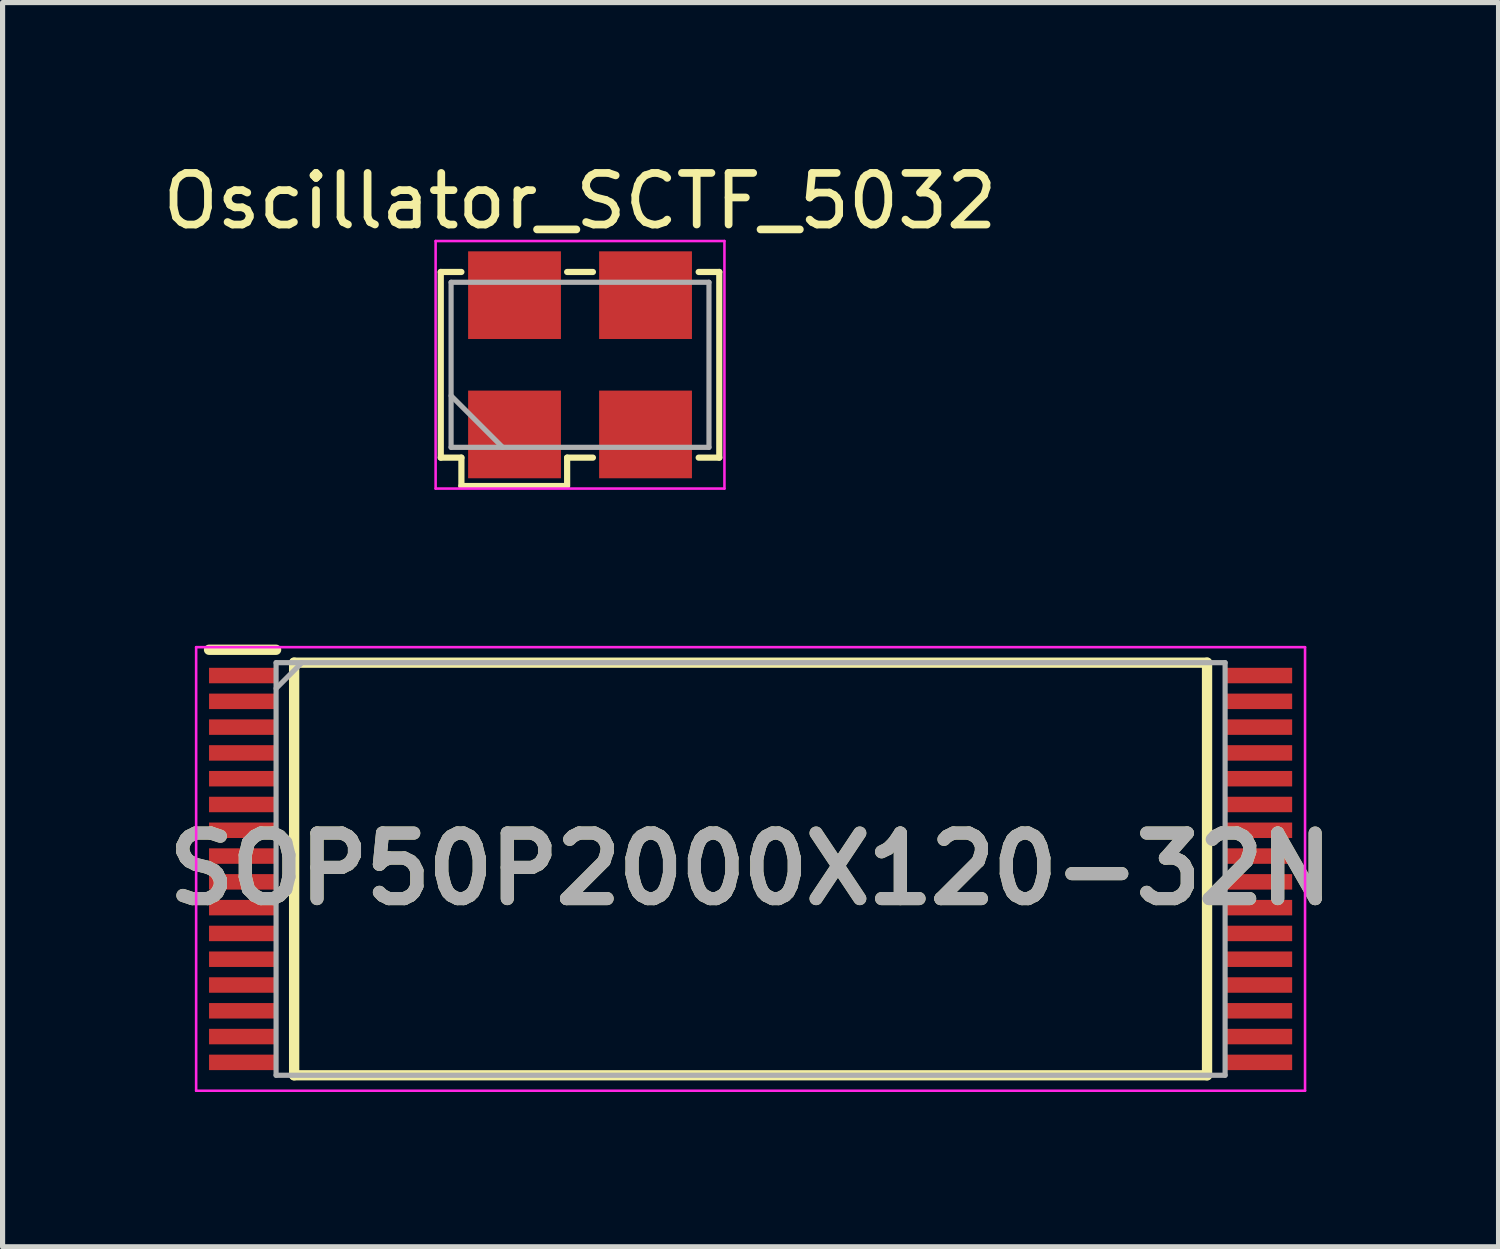
<source format=kicad_pcb>
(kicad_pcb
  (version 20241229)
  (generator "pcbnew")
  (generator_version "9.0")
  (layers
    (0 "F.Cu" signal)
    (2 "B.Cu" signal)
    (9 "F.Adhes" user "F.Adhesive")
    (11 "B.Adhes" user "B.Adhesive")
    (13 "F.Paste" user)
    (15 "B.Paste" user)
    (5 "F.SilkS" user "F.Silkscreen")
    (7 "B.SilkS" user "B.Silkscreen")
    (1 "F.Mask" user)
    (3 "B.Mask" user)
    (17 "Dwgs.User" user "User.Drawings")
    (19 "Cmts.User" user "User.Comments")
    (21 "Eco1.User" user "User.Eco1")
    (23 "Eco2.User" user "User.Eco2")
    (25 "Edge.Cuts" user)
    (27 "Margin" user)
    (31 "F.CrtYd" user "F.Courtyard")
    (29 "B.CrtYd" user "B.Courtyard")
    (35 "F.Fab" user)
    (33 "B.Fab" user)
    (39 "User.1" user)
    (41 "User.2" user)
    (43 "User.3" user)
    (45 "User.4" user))
  (footprint "SOP50P2000X120-32N"
    (layer "F.Cu")
    (at 11.503 13.798)
    (property "Reference" "SOP50P2000X120-32N" (at 0 0 0) (layer "F.SilkS") (effects (font (size 1.27 1.27) (thickness 0.254))))
    (attr smd)
    (fp_line (start -10.5 -4.25) (end -9.2 -4.25) (stroke (width 0.2) (type solid)) (layer "F.SilkS"))
    (fp_line (start -8.85 -4) (end 8.85 -4) (stroke (width 0.2) (type solid)) (layer "F.SilkS"))
    (fp_line (start -8.85 4) (end -8.85 -4) (stroke (width 0.2) (type solid)) (layer "F.SilkS"))
    (fp_line (start 8.85 -4) (end 8.85 4) (stroke (width 0.2) (type solid)) (layer "F.SilkS"))
    (fp_line (start 8.85 4) (end -8.85 4) (stroke (width 0.2) (type solid)) (layer "F.SilkS"))
    (fp_line (start -10.75 -4.3) (end 10.75 -4.3) (stroke (width 0.05) (type solid)) (layer "F.CrtYd"))
    (fp_line (start -10.75 4.3) (end -10.75 -4.3) (stroke (width 0.05) (type solid)) (layer "F.CrtYd"))
    (fp_line (start 10.75 -4.3) (end 10.75 4.3) (stroke (width 0.05) (type solid)) (layer "F.CrtYd"))
    (fp_line (start 10.75 4.3) (end -10.75 4.3) (stroke (width 0.05) (type solid)) (layer "F.CrtYd"))
    (fp_line (start -9.2 -4) (end 9.2 -4) (stroke (width 0.1) (type solid)) (layer "F.Fab"))
    (fp_line (start -9.2 -3.5) (end -8.7 -4) (stroke (width 0.1) (type solid)) (layer "F.Fab"))
    (fp_line (start -9.2 4) (end -9.2 -4) (stroke (width 0.1) (type solid)) (layer "F.Fab"))
    (fp_line (start 9.2 -4) (end 9.2 4) (stroke (width 0.1) (type solid)) (layer "F.Fab"))
    (fp_line (start 9.2 4) (end -9.2 4) (stroke (width 0.1) (type solid)) (layer "F.Fab"))
    (fp_text user "${REFERENCE}" (at 0 0 0) (layer "F.Fab") (effects (font (size 1.27 1.27) (thickness 0.254))))
    (pad "1" smd rect (at -9.85 -3.75 90) (size 0.3 1.3) (layers "F.Cu" "F.Mask" "F.Paste"))
    (pad "2" smd rect (at -9.85 -3.25 90) (size 0.3 1.3) (layers "F.Cu" "F.Mask" "F.Paste"))
    (pad "3" smd rect (at -9.85 -2.75 90) (size 0.3 1.3) (layers "F.Cu" "F.Mask" "F.Paste"))
    (pad "4" smd rect (at -9.85 -2.25 90) (size 0.3 1.3) (layers "F.Cu" "F.Mask" "F.Paste"))
    (pad "5" smd rect (at -9.85 -1.75 90) (size 0.3 1.3) (layers "F.Cu" "F.Mask" "F.Paste"))
    (pad "6" smd rect (at -9.85 -1.25 90) (size 0.3 1.3) (layers "F.Cu" "F.Mask" "F.Paste"))
    (pad "7" smd rect (at -9.85 -0.75 90) (size 0.3 1.3) (layers "F.Cu" "F.Mask" "F.Paste"))
    (pad "8" smd rect (at -9.85 -0.25 90) (size 0.3 1.3) (layers "F.Cu" "F.Mask" "F.Paste"))
    (pad "9" smd rect (at -9.85 0.25 90) (size 0.3 1.3) (layers "F.Cu" "F.Mask" "F.Paste"))
    (pad "10" smd rect (at -9.85 0.75 90) (size 0.3 1.3) (layers "F.Cu" "F.Mask" "F.Paste"))
    (pad "11" smd rect (at -9.85 1.25 90) (size 0.3 1.3) (layers "F.Cu" "F.Mask" "F.Paste"))
    (pad "12" smd rect (at -9.85 1.75 90) (size 0.3 1.3) (layers "F.Cu" "F.Mask" "F.Paste"))
    (pad "13" smd rect (at -9.85 2.25 90) (size 0.3 1.3) (layers "F.Cu" "F.Mask" "F.Paste"))
    (pad "14" smd rect (at -9.85 2.75 90) (size 0.3 1.3) (layers "F.Cu" "F.Mask" "F.Paste"))
    (pad "15" smd rect (at -9.85 3.25 90) (size 0.3 1.3) (layers "F.Cu" "F.Mask" "F.Paste"))
    (pad "16" smd rect (at -9.85 3.75 90) (size 0.3 1.3) (layers "F.Cu" "F.Mask" "F.Paste"))
    (pad "17" smd rect (at 9.85 3.75 90) (size 0.3 1.3) (layers "F.Cu" "F.Mask" "F.Paste"))
    (pad "18" smd rect (at 9.85 3.25 90) (size 0.3 1.3) (layers "F.Cu" "F.Mask" "F.Paste"))
    (pad "19" smd rect (at 9.85 2.75 90) (size 0.3 1.3) (layers "F.Cu" "F.Mask" "F.Paste"))
    (pad "20" smd rect (at 9.85 2.25 90) (size 0.3 1.3) (layers "F.Cu" "F.Mask" "F.Paste"))
    (pad "21" smd rect (at 9.85 1.75 90) (size 0.3 1.3) (layers "F.Cu" "F.Mask" "F.Paste"))
    (pad "22" smd rect (at 9.85 1.25 90) (size 0.3 1.3) (layers "F.Cu" "F.Mask" "F.Paste"))
    (pad "23" smd rect (at 9.85 0.75 90) (size 0.3 1.3) (layers "F.Cu" "F.Mask" "F.Paste"))
    (pad "24" smd rect (at 9.85 0.25 90) (size 0.3 1.3) (layers "F.Cu" "F.Mask" "F.Paste"))
    (pad "25" smd rect (at 9.85 -0.25 90) (size 0.3 1.3) (layers "F.Cu" "F.Mask" "F.Paste"))
    (pad "26" smd rect (at 9.85 -0.75 90) (size 0.3 1.3) (layers "F.Cu" "F.Mask" "F.Paste"))
    (pad "27" smd rect (at 9.85 -1.25 90) (size 0.3 1.3) (layers "F.Cu" "F.Mask" "F.Paste"))
    (pad "28" smd rect (at 9.85 -1.75 90) (size 0.3 1.3) (layers "F.Cu" "F.Mask" "F.Paste"))
    (pad "29" smd rect (at 9.85 -2.25 90) (size 0.3 1.3) (layers "F.Cu" "F.Mask" "F.Paste"))
    (pad "30" smd rect (at 9.85 -2.75 90) (size 0.3 1.3) (layers "F.Cu" "F.Mask" "F.Paste"))
    (pad "31" smd rect (at 9.85 -3.25 90) (size 0.3 1.3) (layers "F.Cu" "F.Mask" "F.Paste"))
    (pad "32" smd rect (at 9.85 -3.75 90) (size 0.3 1.3) (layers "F.Cu" "F.Mask" "F.Paste")))
  (footprint "Oscillator_SCTF_5032"
    (layer "F.Cu")
    (at 8.196 4.023)
    (property "Reference" "Oscillator_SCTF_5032" (at 0 -3.175 0) (layer "F.SilkS") (effects (font (size 1 1) (thickness 0.15))))
    (attr through_hole)
    (fp_line (start -2.7 -1.8) (end -2.7 1.8) (stroke (width 0.12) (type solid)) (layer "F.SilkS"))
    (fp_line (start -2.7 -1.8) (end -2.3 -1.8) (stroke (width 0.12) (type solid)) (layer "F.SilkS"))
    (fp_line (start -2.7 1.8) (end -2.3 1.8) (stroke (width 0.12) (type solid)) (layer "F.SilkS"))
    (fp_line (start -2.3 1.8) (end -2.3 2.35) (stroke (width 0.12) (type solid)) (layer "F.SilkS"))
    (fp_line (start -2.3 2.35) (end -0.3 2.35) (stroke (width 0.12) (type solid)) (layer "F.SilkS"))
    (fp_line (start -0.25 -1.8) (end 0.25 -1.8) (stroke (width 0.12) (type solid)) (layer "F.SilkS"))
    (fp_line (start -0.25 2.35) (end -0.25 1.8) (stroke (width 0.12) (type solid)) (layer "F.SilkS"))
    (fp_line (start 0.25 1.8) (end -0.25 1.8) (stroke (width 0.12) (type solid)) (layer "F.SilkS"))
    (fp_line (start 2.3 -1.8) (end 2.7 -1.8) (stroke (width 0.12) (type solid)) (layer "F.SilkS"))
    (fp_line (start 2.7 -1.8) (end 2.7 1.8) (stroke (width 0.12) (type solid)) (layer "F.SilkS"))
    (fp_line (start 2.7 1.8) (end 2.3 1.8) (stroke (width 0.12) (type solid)) (layer "F.SilkS"))
    (fp_line (start -2.8 -2.4) (end -2.8 2.4) (stroke (width 0.05) (type solid)) (layer "F.CrtYd"))
    (fp_line (start -2.8 2.4) (end 2.8 2.4) (stroke (width 0.05) (type solid)) (layer "F.CrtYd"))
    (fp_line (start 2.8 -2.4) (end -2.8 -2.4) (stroke (width 0.05) (type solid)) (layer "F.CrtYd"))
    (fp_line (start 2.8 2.4) (end 2.8 -2.4) (stroke (width 0.05) (type solid)) (layer "F.CrtYd"))
    (fp_line (start -2.5 -1.6) (end -2.5 1.6) (stroke (width 0.1) (type solid)) (layer "F.Fab"))
    (fp_line (start -2.5 0.6) (end -1.5 1.6) (stroke (width 0.1) (type solid)) (layer "F.Fab"))
    (fp_line (start -2.5 1.6) (end 2.5 1.6) (stroke (width 0.1) (type solid)) (layer "F.Fab"))
    (fp_line (start 2.5 -1.6) (end -2.5 -1.6) (stroke (width 0.1) (type solid)) (layer "F.Fab"))
    (fp_line (start 2.5 1.6) (end 2.5 -1.6) (stroke (width 0.1) (type solid)) (layer "F.Fab"))
    (pad "1" smd rect (at -1.27 1.35) (size 1.8 1.7) (layers "F.Cu" "F.Mask" "F.Paste"))
    (pad "2" smd rect (at 1.27 1.35) (size 1.8 1.7) (layers "F.Cu" "F.Mask" "F.Paste"))
    (pad "3" smd rect (at 1.27 -1.35) (size 1.8 1.7) (layers "F.Cu" "F.Mask" "F.Paste"))
    (pad "4" smd rect (at -1.27 -1.35) (size 1.8 1.7) (layers "F.Cu" "F.Mask" "F.Paste")))
  (gr_rect
    (start -3 -3)
    (end 26.005 21.123)
    (stroke (width 0.1) (type default))
    (fill no)
    (layer "Edge.Cuts")))
</source>
